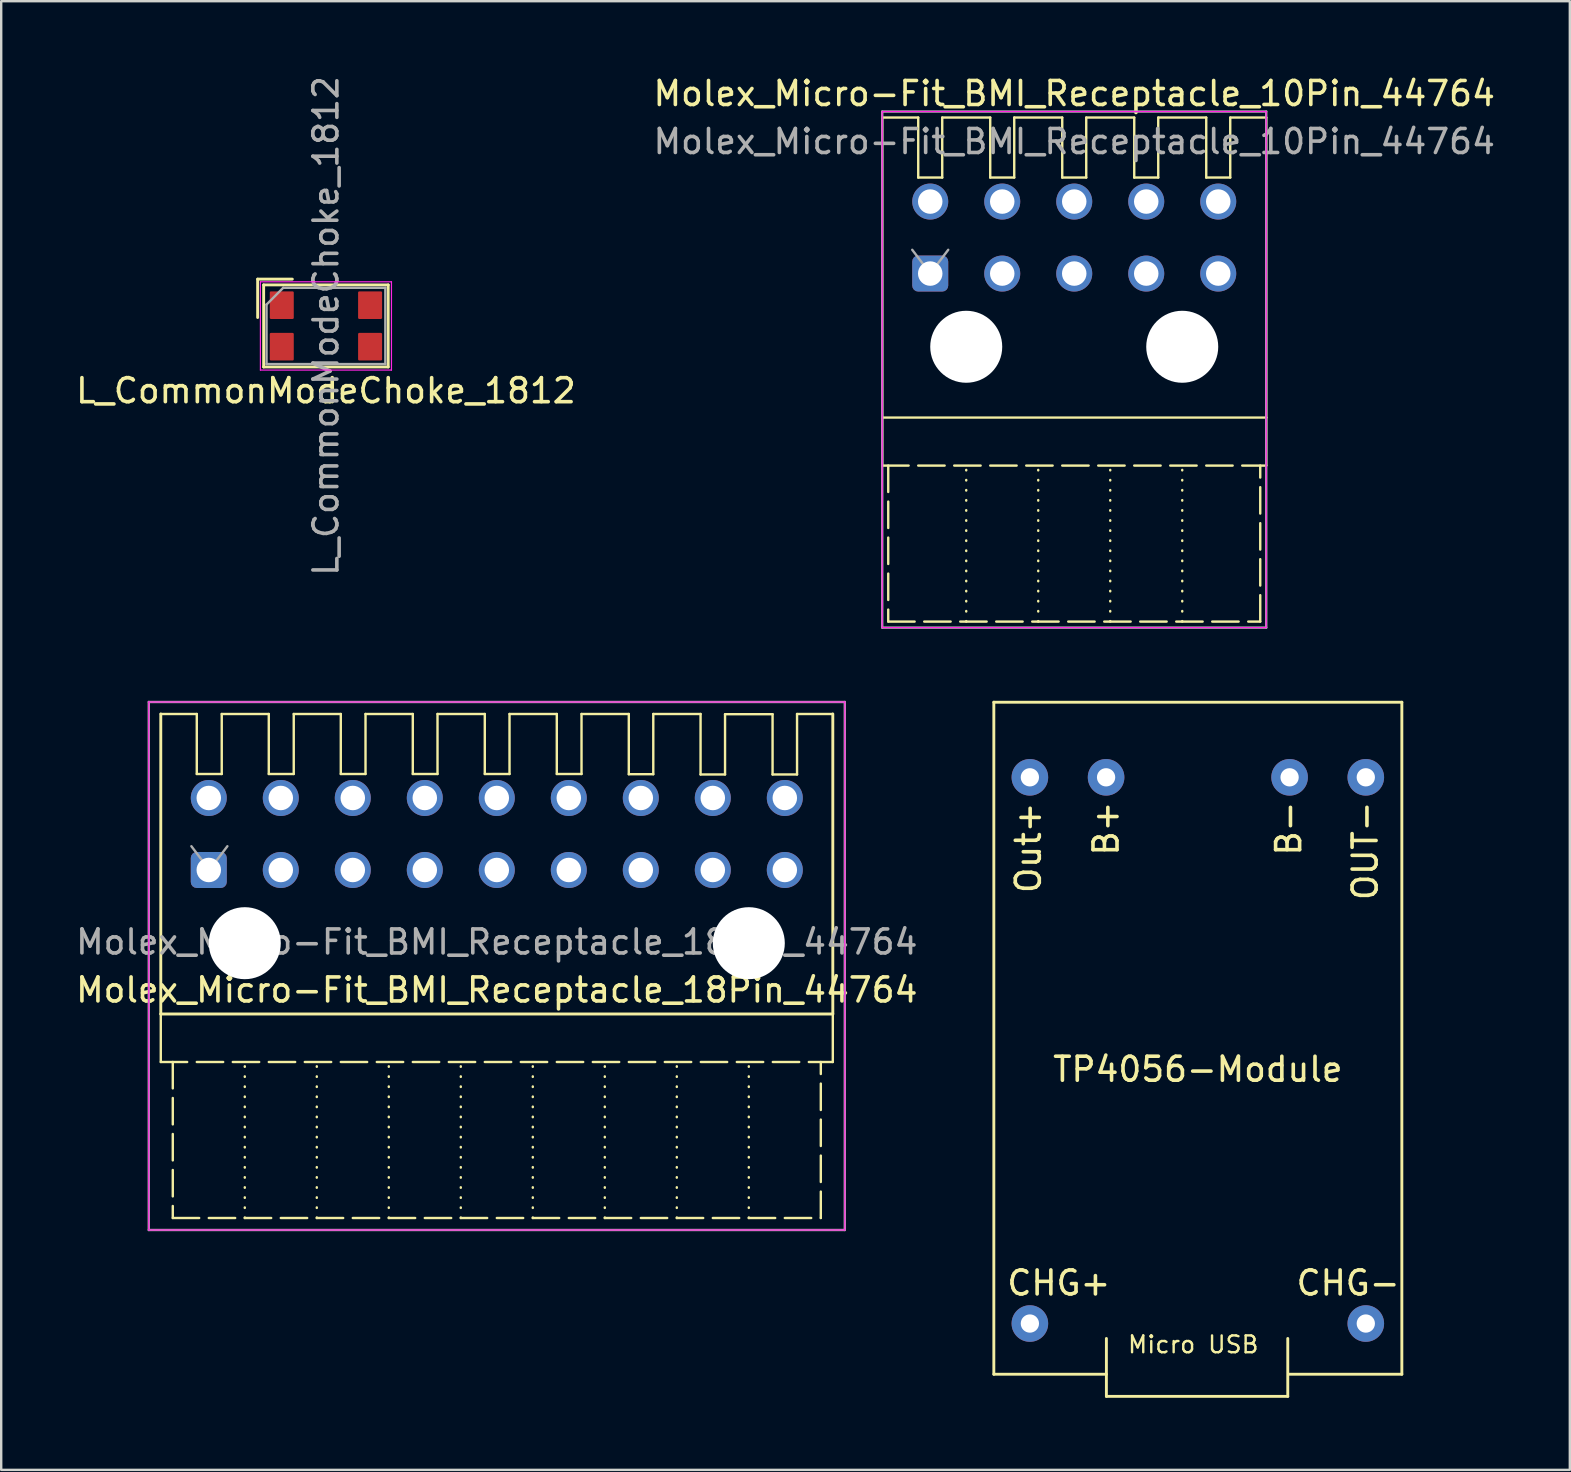
<source format=kicad_pcb>
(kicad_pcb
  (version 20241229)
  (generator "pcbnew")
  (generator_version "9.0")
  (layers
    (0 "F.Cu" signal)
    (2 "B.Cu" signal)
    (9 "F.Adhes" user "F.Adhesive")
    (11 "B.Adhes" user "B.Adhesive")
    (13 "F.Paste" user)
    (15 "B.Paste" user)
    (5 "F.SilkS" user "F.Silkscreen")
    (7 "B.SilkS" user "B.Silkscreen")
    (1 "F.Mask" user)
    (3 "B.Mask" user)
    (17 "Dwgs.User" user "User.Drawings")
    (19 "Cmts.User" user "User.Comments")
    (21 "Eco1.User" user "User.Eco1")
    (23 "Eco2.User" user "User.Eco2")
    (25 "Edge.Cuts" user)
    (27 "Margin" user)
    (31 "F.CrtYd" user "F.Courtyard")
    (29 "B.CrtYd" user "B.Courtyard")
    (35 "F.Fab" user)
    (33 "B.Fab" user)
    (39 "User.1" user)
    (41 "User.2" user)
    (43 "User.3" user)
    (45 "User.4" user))
  (footprint "Molex_Micro-Fit_BMI_Receptacle_10Pin_44764"
    (layer "F.Cu")
    (at 41.708 8.348)
    (property "Reference" "Molex_Micro-Fit_BMI_Receptacle_10Pin_44764" (at 0 -7.5 180) (layer "F.SilkS") (effects (font (size 1 1) (thickness 0.15))))
    (attr through_hole)
    (fp_line (start -8 -6.5) (end -6.5 -6.5) (stroke (width 0.1) (type default)) (layer "F.SilkS"))
    (fp_line (start -8 6) (end -8 -6.5) (stroke (width 0.1) (type solid)) (layer "F.SilkS"))
    (fp_line (start -8 8) (end -8 6) (stroke (width 0.1) (type default)) (layer "F.SilkS"))
    (fp_line (start -8 8) (end 8 8) (stroke (width 0.1) (type dash)) (layer "F.SilkS"))
    (fp_line (start -7.75 8) (end -7.75 14.5) (stroke (width 0.1) (type dash)) (layer "F.SilkS"))
    (fp_line (start -7.75 14.5) (end 7.75 14.5) (stroke (width 0.1) (type dash)) (layer "F.SilkS"))
    (fp_line (start -6.5 -6.5) (end -6.5 -4) (stroke (width 0.1) (type default)) (layer "F.SilkS"))
    (fp_line (start -6.5 -4) (end -5.5 -4) (stroke (width 0.1) (type default)) (layer "F.SilkS"))
    (fp_line (start -5.5 -6.5) (end -3.5 -6.5) (stroke (width 0.1) (type default)) (layer "F.SilkS"))
    (fp_line (start -5.5 -4) (end -5.5 -6.5) (stroke (width 0.1) (type default)) (layer "F.SilkS"))
    (fp_line (start -4.5 14.5) (end -4.5 8) (stroke (width 0.1) (type dot)) (layer "F.SilkS"))
    (fp_line (start -3.5 -6.5) (end -3.5 -4) (stroke (width 0.1) (type default)) (layer "F.SilkS"))
    (fp_line (start -3.5 -4) (end -2.5 -4) (stroke (width 0.1) (type default)) (layer "F.SilkS"))
    (fp_line (start -2.5 -6.5) (end -0.5 -6.5) (stroke (width 0.1) (type default)) (layer "F.SilkS"))
    (fp_line (start -2.5 -4) (end -2.5 -6.5) (stroke (width 0.1) (type default)) (layer "F.SilkS"))
    (fp_line (start -1.5 14.5) (end -1.5 8) (stroke (width 0.1) (type dot)) (layer "F.SilkS"))
    (fp_line (start -0.5 -6.5) (end -0.5 -4) (stroke (width 0.1) (type default)) (layer "F.SilkS"))
    (fp_line (start -0.5 -4) (end 0.5 -4) (stroke (width 0.1) (type default)) (layer "F.SilkS"))
    (fp_line (start 0.5 -6.5) (end 2.5 -6.5) (stroke (width 0.1) (type default)) (layer "F.SilkS"))
    (fp_line (start 0.5 -4) (end 0.5 -6.5) (stroke (width 0.1) (type default)) (layer "F.SilkS"))
    (fp_line (start 1.5 14.5) (end 1.5 8) (stroke (width 0.1) (type dot)) (layer "F.SilkS"))
    (fp_line (start 2.5 -6.5) (end 2.5 -4) (stroke (width 0.1) (type default)) (layer "F.SilkS"))
    (fp_line (start 2.5 -4) (end 3.5 -4) (stroke (width 0.1) (type default)) (layer "F.SilkS"))
    (fp_line (start 3.5 -6.5) (end 5.5 -6.5) (stroke (width 0.1) (type default)) (layer "F.SilkS"))
    (fp_line (start 3.5 -4) (end 3.5 -6.5) (stroke (width 0.1) (type default)) (layer "F.SilkS"))
    (fp_line (start 4.5 14.5) (end 4.5 8) (stroke (width 0.1) (type dot)) (layer "F.SilkS"))
    (fp_line (start 5.5 -6.5) (end 5.5 -4) (stroke (width 0.1) (type default)) (layer "F.SilkS"))
    (fp_line (start 5.5 -4) (end 6.5 -4) (stroke (width 0.1) (type default)) (layer "F.SilkS"))
    (fp_line (start 6.5 -6.5) (end 8 -6.5) (stroke (width 0.1) (type default)) (layer "F.SilkS"))
    (fp_line (start 6.5 -4) (end 6.5 -6.5) (stroke (width 0.1) (type default)) (layer "F.SilkS"))
    (fp_line (start 7.75 14.5) (end 7.75 8) (stroke (width 0.1) (type dash)) (layer "F.SilkS"))
    (fp_line (start 8 -6.5) (end 8 6) (stroke (width 0.1) (type solid)) (layer "F.SilkS"))
    (fp_line (start 8 6) (end -8 6) (stroke (width 0.1) (type solid)) (layer "F.SilkS"))
    (fp_line (start 8 6) (end 8 8) (stroke (width 0.1) (type default)) (layer "F.SilkS"))
    (fp_line (start -8 -6.75) (end 8 -6.75) (stroke (width 0.05) (type solid)) (layer "F.CrtYd"))
    (fp_line (start -8 14.75) (end -8 -6.75) (stroke (width 0.05) (type solid)) (layer "F.CrtYd"))
    (fp_line (start 8 -6.75) (end 8 14.75) (stroke (width 0.05) (type solid)) (layer "F.CrtYd"))
    (fp_line (start 8 14.75) (end -8 14.75) (stroke (width 0.05) (type solid)) (layer "F.CrtYd"))
    (fp_line (start -8 -6.75) (end 8 -6.75) (stroke (width 0.1) (type solid)) (layer "F.Fab"))
    (fp_line (start -8 14.75) (end -8 -6.75) (stroke (width 0.1) (type solid)) (layer "F.Fab"))
    (fp_line (start -6 0) (end -6.75 -0.99) (stroke (width 0.1) (type solid)) (layer "F.Fab"))
    (fp_line (start -5.25 -0.99) (end -6 0) (stroke (width 0.1) (type solid)) (layer "F.Fab"))
    (fp_line (start 8 -6.75) (end 8 14.75) (stroke (width 0.1) (type solid)) (layer "F.Fab"))
    (fp_line (start 8 14.75) (end -8 14.75) (stroke (width 0.1) (type solid)) (layer "F.Fab"))
    (fp_text user "${REFERENCE}" (at 0 -5.5 180) (layer "F.Fab") (effects (font (size 1 1) (thickness 0.15))))
    (pad "" np_thru_hole circle (at -4.5 3.05 180) (size 3 3) (drill 3) (layers "*.Cu" "*.Mask"))
    (pad "" np_thru_hole circle (at 4.5 3.05 180) (size 3 3) (drill 3) (layers "*.Cu" "*.Mask"))
    (pad "1" thru_hole roundrect (at -6 0 180) (size 1.5 1.5) (drill 1.02) (layers "*.Cu" "*.Mask") (roundrect_rratio 0.167))
    (pad "2" thru_hole circle (at -3 0 180) (size 1.5 1.5) (drill 1.02) (layers "*.Cu" "*.Mask"))
    (pad "3" thru_hole circle (at 0 0 180) (size 1.5 1.5) (drill 1.02) (layers "*.Cu" "*.Mask"))
    (pad "4" thru_hole circle (at 3 0 180) (size 1.5 1.5) (drill 1.02) (layers "*.Cu" "*.Mask"))
    (pad "5" thru_hole circle (at 6 0 180) (size 1.5 1.5) (drill 1.02) (layers "*.Cu" "*.Mask"))
    (pad "6" thru_hole circle (at -6 -3 180) (size 1.5 1.5) (drill 1.02) (layers "*.Cu" "*.Mask"))
    (pad "7" thru_hole circle (at -3 -3 180) (size 1.5 1.5) (drill 1.02) (layers "*.Cu" "*.Mask"))
    (pad "8" thru_hole circle (at 0 -3 180) (size 1.5 1.5) (drill 1.02) (layers "*.Cu" "*.Mask"))
    (pad "9" thru_hole circle (at 3 -3 180) (size 1.5 1.5) (drill 1.02) (layers "*.Cu" "*.Mask"))
    (pad "10" thru_hole circle (at 6 -3 180) (size 1.5 1.5) (drill 1.02) (layers "*.Cu" "*.Mask")))
  (footprint "Molex_Micro-Fit_BMI_Receptacle_18Pin_44764"
    (layer "F.Cu")
    (at 17.649 33.198)
    (property "Reference" "Molex_Micro-Fit_BMI_Receptacle_18Pin_44764" (at 0 5 180) (layer "F.SilkS") (effects (font (size 1 1) (thickness 0.15))))
    (attr through_hole)
    (fp_line (start -14 -6.5) (end -12.5 -6.5) (stroke (width 0.1) (type default)) (layer "F.SilkS"))
    (fp_line (start -14 6) (end -14 -6.5) (stroke (width 0.12) (type solid)) (layer "F.SilkS"))
    (fp_line (start -14 8) (end -14 6) (stroke (width 0.1) (type default)) (layer "F.SilkS"))
    (fp_line (start -14 8) (end 14 8) (stroke (width 0.1) (type dash)) (layer "F.SilkS"))
    (fp_line (start -13.5 8) (end -13.5 14.5) (stroke (width 0.1) (type dash)) (layer "F.SilkS"))
    (fp_line (start -13.5 14.5) (end 13.5 14.5) (stroke (width 0.1) (type dash)) (layer "F.SilkS"))
    (fp_line (start -12.5 -6.5) (end -12.5 -4) (stroke (width 0.1) (type default)) (layer "F.SilkS"))
    (fp_line (start -12.5 -4) (end -11.46 -4) (stroke (width 0.1) (type default)) (layer "F.SilkS"))
    (fp_line (start -11.46 -6.5) (end -9.5 -6.5) (stroke (width 0.1) (type default)) (layer "F.SilkS"))
    (fp_line (start -11.46 -4) (end -11.46 -6.5) (stroke (width 0.1) (type default)) (layer "F.SilkS"))
    (fp_line (start -10.5 14.5) (end -10.5 8) (stroke (width 0.1) (type dot)) (layer "F.SilkS"))
    (fp_line (start -9.5 -6.5) (end -9.5 -4) (stroke (width 0.1) (type default)) (layer "F.SilkS"))
    (fp_line (start -9.5 -4) (end -8.46 -4) (stroke (width 0.1) (type default)) (layer "F.SilkS"))
    (fp_line (start -8.46 -6.5) (end -6.5 -6.5) (stroke (width 0.1) (type default)) (layer "F.SilkS"))
    (fp_line (start -8.46 -4) (end -8.46 -6.5) (stroke (width 0.1) (type default)) (layer "F.SilkS"))
    (fp_line (start -7.5 14.5) (end -7.5 8) (stroke (width 0.1) (type dot)) (layer "F.SilkS"))
    (fp_line (start -6.5 -6.5) (end -6.5 -4) (stroke (width 0.1) (type default)) (layer "F.SilkS"))
    (fp_line (start -6.5 -4) (end -5.47 -4) (stroke (width 0.1) (type default)) (layer "F.SilkS"))
    (fp_line (start -5.47 -6.5) (end -3.5 -6.5) (stroke (width 0.1) (type default)) (layer "F.SilkS"))
    (fp_line (start -5.47 -4) (end -5.47 -6.5) (stroke (width 0.1) (type default)) (layer "F.SilkS"))
    (fp_line (start -4.5 14.5) (end -4.5 8) (stroke (width 0.1) (type dot)) (layer "F.SilkS"))
    (fp_line (start -3.5 -6.5) (end -3.5 -4) (stroke (width 0.1) (type default)) (layer "F.SilkS"))
    (fp_line (start -3.5 -4) (end -2.47 -4) (stroke (width 0.1) (type default)) (layer "F.SilkS"))
    (fp_line (start -2.47 -6.5) (end -0.5 -6.5) (stroke (width 0.1) (type default)) (layer "F.SilkS"))
    (fp_line (start -2.47 -4) (end -2.47 -6.5) (stroke (width 0.1) (type default)) (layer "F.SilkS"))
    (fp_line (start -1.5 14.5) (end -1.5 8) (stroke (width 0.1) (type dot)) (layer "F.SilkS"))
    (fp_line (start -0.5 -6.5) (end -0.5 -4) (stroke (width 0.1) (type default)) (layer "F.SilkS"))
    (fp_line (start -0.5 -4) (end 0.53 -4) (stroke (width 0.1) (type default)) (layer "F.SilkS"))
    (fp_line (start 0.53 -6.5) (end 2.5 -6.5) (stroke (width 0.1) (type default)) (layer "F.SilkS"))
    (fp_line (start 0.53 -4) (end 0.53 -6.5) (stroke (width 0.1) (type default)) (layer "F.SilkS"))
    (fp_line (start 1.5 14.5) (end 1.5 8) (stroke (width 0.1) (type dot)) (layer "F.SilkS"))
    (fp_line (start 2.5 -6.5) (end 2.5 -4) (stroke (width 0.1) (type default)) (layer "F.SilkS"))
    (fp_line (start 2.5 -4) (end 3.53 -4) (stroke (width 0.1) (type default)) (layer "F.SilkS"))
    (fp_line (start 3.53 -6.5) (end 5.5 -6.5) (stroke (width 0.1) (type default)) (layer "F.SilkS"))
    (fp_line (start 3.53 -4) (end 3.53 -6.5) (stroke (width 0.1) (type default)) (layer "F.SilkS"))
    (fp_line (start 4.5 14.5) (end 4.5 8) (stroke (width 0.1) (type dot)) (layer "F.SilkS"))
    (fp_line (start 5.5 -6.5) (end 5.5 -3.99) (stroke (width 0.1) (type default)) (layer "F.SilkS"))
    (fp_line (start 5.5 -3.99) (end 6.52 -3.99) (stroke (width 0.1) (type default)) (layer "F.SilkS"))
    (fp_line (start 6.52 -6.5) (end 8.49 -6.5) (stroke (width 0.1) (type default)) (layer "F.SilkS"))
    (fp_line (start 6.52 -3.99) (end 6.52 -6.5) (stroke (width 0.1) (type default)) (layer "F.SilkS"))
    (fp_line (start 7.5 14.5) (end 7.5 8) (stroke (width 0.1) (type dot)) (layer "F.SilkS"))
    (fp_line (start 8.49 -6.5) (end 8.49 -3.98) (stroke (width 0.1) (type default)) (layer "F.SilkS"))
    (fp_line (start 8.49 -3.98) (end 9.51 -3.98) (stroke (width 0.1) (type default)) (layer "F.SilkS"))
    (fp_line (start 9.51 -6.49) (end 11.49 -6.49) (stroke (width 0.1) (type default)) (layer "F.SilkS"))
    (fp_line (start 9.51 -3.98) (end 9.51 -6.49) (stroke (width 0.1) (type default)) (layer "F.SilkS"))
    (fp_line (start 10.5 14.5) (end 10.5 8) (stroke (width 0.1) (type dot)) (layer "F.SilkS"))
    (fp_line (start 11.49 -6.49) (end 11.49 -3.98) (stroke (width 0.1) (type default)) (layer "F.SilkS"))
    (fp_line (start 11.49 -3.98) (end 12.51 -3.98) (stroke (width 0.1) (type default)) (layer "F.SilkS"))
    (fp_line (start 12.51 -6.5) (end 14 -6.5) (stroke (width 0.1) (type default)) (layer "F.SilkS"))
    (fp_line (start 12.51 -3.98) (end 12.51 -6.5) (stroke (width 0.1) (type default)) (layer "F.SilkS"))
    (fp_line (start 13.5 14.5) (end 13.5 8) (stroke (width 0.1) (type dash)) (layer "F.SilkS"))
    (fp_line (start 14 -6.5) (end 14 6) (stroke (width 0.12) (type solid)) (layer "F.SilkS"))
    (fp_line (start 14 6) (end -14 6) (stroke (width 0.12) (type solid)) (layer "F.SilkS"))
    (fp_line (start 14 6) (end 14 8) (stroke (width 0.1) (type default)) (layer "F.SilkS"))
    (fp_line (start -14.5 -7) (end 14.5 -7) (stroke (width 0.05) (type solid)) (layer "F.CrtYd"))
    (fp_line (start -14.5 15) (end -14.5 -7) (stroke (width 0.05) (type solid)) (layer "F.CrtYd"))
    (fp_line (start 14.5 -7) (end 14.5 15) (stroke (width 0.05) (type solid)) (layer "F.CrtYd"))
    (fp_line (start 14.5 15) (end -14.5 15) (stroke (width 0.05) (type solid)) (layer "F.CrtYd"))
    (fp_line (start -14.5 -7) (end 14.5 -7) (stroke (width 0.1) (type solid)) (layer "F.Fab"))
    (fp_line (start -14.5 15) (end -14.5 -7) (stroke (width 0.1) (type solid)) (layer "F.Fab"))
    (fp_line (start -11.975 0) (end -12.725 -0.99) (stroke (width 0.1) (type solid)) (layer "F.Fab"))
    (fp_line (start -11.225 -0.99) (end -11.975 0) (stroke (width 0.1) (type solid)) (layer "F.Fab"))
    (fp_line (start 14.5 -7) (end 14.5 15) (stroke (width 0.1) (type solid)) (layer "F.Fab"))
    (fp_line (start 14.5 15) (end -14.5 15) (stroke (width 0.1) (type solid)) (layer "F.Fab"))
    (fp_text user "${REFERENCE}" (at 0 3 180) (layer "F.Fab") (effects (font (size 1 1) (thickness 0.15))))
    (pad "" np_thru_hole circle (at -10.5 3.05 180) (size 3 3) (drill 3) (layers "*.Cu" "*.Mask"))
    (pad "" np_thru_hole circle (at 10.5 3.05 180) (size 3 3) (drill 3) (layers "*.Cu" "*.Mask"))
    (pad "1" thru_hole roundrect (at -12 0 180) (size 1.5 1.5) (drill 1.02) (layers "*.Cu" "*.Mask") (roundrect_rratio 0.167))
    (pad "2" thru_hole circle (at -9 0 180) (size 1.5 1.5) (drill 1.02) (layers "*.Cu" "*.Mask"))
    (pad "3" thru_hole circle (at -6 0 180) (size 1.5 1.5) (drill 1.02) (layers "*.Cu" "*.Mask"))
    (pad "4" thru_hole circle (at -3 0 180) (size 1.5 1.5) (drill 1.02) (layers "*.Cu" "*.Mask"))
    (pad "5" thru_hole circle (at 0 0 180) (size 1.5 1.5) (drill 1.02) (layers "*.Cu" "*.Mask"))
    (pad "6" thru_hole circle (at 3 0 180) (size 1.5 1.5) (drill 1.02) (layers "*.Cu" "*.Mask"))
    (pad "7" thru_hole circle (at 6 0 180) (size 1.5 1.5) (drill 1.02) (layers "*.Cu" "*.Mask"))
    (pad "8" thru_hole circle (at 9 0 180) (size 1.5 1.5) (drill 1.02) (layers "*.Cu" "*.Mask"))
    (pad "9" thru_hole circle (at 12 0 180) (size 1.5 1.5) (drill 1.02) (layers "*.Cu" "*.Mask"))
    (pad "10" thru_hole circle (at -12 -3 180) (size 1.5 1.5) (drill 1.02) (layers "*.Cu" "*.Mask"))
    (pad "11" thru_hole circle (at -9 -3 180) (size 1.5 1.5) (drill 1.02) (layers "*.Cu" "*.Mask"))
    (pad "12" thru_hole circle (at -6 -3 180) (size 1.5 1.5) (drill 1.02) (layers "*.Cu" "*.Mask"))
    (pad "13" thru_hole circle (at -3 -3 180) (size 1.5 1.5) (drill 1.02) (layers "*.Cu" "*.Mask"))
    (pad "14" thru_hole circle (at 0 -3 180) (size 1.5 1.5) (drill 1.02) (layers "*.Cu" "*.Mask"))
    (pad "15" thru_hole circle (at 3 -3 180) (size 1.5 1.5) (drill 1.02) (layers "*.Cu" "*.Mask"))
    (pad "16" thru_hole circle (at 6 -3 180) (size 1.5 1.5) (drill 1.02) (layers "*.Cu" "*.Mask"))
    (pad "17" thru_hole circle (at 9 -3 180) (size 1.5 1.5) (drill 1.02) (layers "*.Cu" "*.Mask"))
    (pad "18" thru_hole circle (at 12 -3 180) (size 1.5 1.5) (drill 1.02) (layers "*.Cu" "*.Mask")))
  (footprint "TP4056-Module"
    (layer "F.Cu")
    (at 46.858 40.208)
    (property "Reference" "TP4056-Module" (at 0 1.295 0) (layer "F.SilkS") (effects (font (size 1 1) (thickness 0.15))))
    (attr through_hole)
    (fp_line (start -8.5 -14) (end -8.5 14) (stroke (width 0.12) (type solid)) (layer "F.SilkS"))
    (fp_line (start -8.5 14) (end -3.81 14) (stroke (width 0.12) (type solid)) (layer "F.SilkS"))
    (fp_line (start -3.81 14.922) (end -3.81 12.509) (stroke (width 0.12) (type solid)) (layer "F.SilkS"))
    (fp_line (start -3.81 14.922) (end 3.747 14.922) (stroke (width 0.12) (type solid)) (layer "F.SilkS"))
    (fp_line (start 3.747 14.922) (end 3.747 12.509) (stroke (width 0.12) (type solid)) (layer "F.SilkS"))
    (fp_line (start 3.81 14) (end 8.5 14) (stroke (width 0.12) (type solid)) (layer "F.SilkS"))
    (fp_line (start 8.5 -14) (end -8.5 -14) (stroke (width 0.12) (type solid)) (layer "F.SilkS"))
    (fp_line (start 8.5 14) (end 8.5 -14) (stroke (width 0.12) (type solid)) (layer "F.SilkS"))
    (fp_text user "Out+" (at -7.061 -7.938 90) (layer "F.SilkS") (effects (font (size 1 1) (thickness 0.15))))
    (fp_text user "B+" (at -3.823 -8.738 90) (layer "F.SilkS") (effects (font (size 1 1) (thickness 0.15))))
    (fp_text user "B-" (at 3.785 -8.738 90) (layer "F.SilkS") (effects (font (size 1 1) (thickness 0.15))))
    (fp_text user "OUT-" (at 6.972 -7.811 90) (layer "F.SilkS") (effects (font (size 1 1) (thickness 0.15))))
    (fp_text user "Micro USB" (at -0.191 12.764 0) (layer "F.SilkS") (effects (font (size 0.7 0.7) (thickness 0.1))))
    (fp_text user "CHG+" (at -5.791 10.198 0) (layer "F.SilkS") (effects (font (size 1 1) (thickness 0.15))))
    (fp_text user "CHG-" (at 6.261 10.198 0) (layer "F.SilkS") (effects (font (size 1 1) (thickness 0.15))))
    (pad "1" thru_hole circle (at -6.998 11.887) (size 1.524 1.524) (drill 0.762) (layers "*.Cu" "*.Mask"))
    (pad "2" thru_hole circle (at 6.998 11.887) (size 1.524 1.524) (drill 0.762) (layers "*.Cu" "*.Mask"))
    (pad "3" thru_hole circle (at -6.998 -10.871) (size 1.524 1.524) (drill 0.762) (layers "*.Cu" "*.Mask"))
    (pad "4" thru_hole circle (at 6.998 -10.871) (size 1.524 1.524) (drill 0.762) (layers "*.Cu" "*.Mask"))
    (pad "5" thru_hole circle (at -3.823 -10.871) (size 1.524 1.524) (drill 0.762) (layers "*.Cu" "*.Mask"))
    (pad "6" thru_hole circle (at 3.823 -10.871) (size 1.524 1.524) (drill 0.762) (layers "*.Cu" "*.Mask")))
  (footprint "L_CommonModeChoke_1812"
    (layer "F.Cu")
    (at 10.53 10.53)
    (property "Reference" "L_CommonModeChoke_1812" (at 0 2.7 0) (layer "F.SilkS") (effects (font (size 1 1) (thickness 0.15))))
    (attr smd)
    (fp_line (start -2.845 -1.95) (end -2.845 -0.35) (stroke (width 0.12) (type solid)) (layer "F.SilkS"))
    (fp_line (start -2.845 -1.95) (end -1.4 -1.95) (stroke (width 0.12) (type solid)) (layer "F.SilkS"))
    (fp_line (start -2.595 -1.71) (end -2.595 1.71) (stroke (width 0.12) (type solid)) (layer "F.SilkS"))
    (fp_line (start -2.595 -1.71) (end 2.595 -1.71) (stroke (width 0.12) (type solid)) (layer "F.SilkS"))
    (fp_line (start -2.595 1.71) (end 2.595 1.71) (stroke (width 0.12) (type solid)) (layer "F.SilkS"))
    (fp_line (start 2.595 -1.71) (end 2.595 1.71) (stroke (width 0.12) (type solid)) (layer "F.SilkS"))
    (fp_line (start -2.73 -1.84) (end -2.73 1.84) (stroke (width 0.05) (type solid)) (layer "F.CrtYd"))
    (fp_line (start 2.73 -1.84) (end -2.73 -1.84) (stroke (width 0.05) (type solid)) (layer "F.CrtYd"))
    (fp_line (start 2.73 -1.84) (end 2.73 1.84) (stroke (width 0.05) (type solid)) (layer "F.CrtYd"))
    (fp_line (start 2.73 1.84) (end -2.73 1.84) (stroke (width 0.05) (type solid)) (layer "F.CrtYd"))
    (fp_line (start -2.475 -0.89) (end -2.475 1.59) (stroke (width 0.1) (type solid)) (layer "F.Fab"))
    (fp_line (start -2.475 1.59) (end 2.475 1.59) (stroke (width 0.1) (type solid)) (layer "F.Fab"))
    (fp_line (start -1.78 -1.59) (end -2.475 -0.89) (stroke (width 0.1) (type solid)) (layer "F.Fab"))
    (fp_line (start -1.78 -1.59) (end 2.475 -1.59) (stroke (width 0.1) (type solid)) (layer "F.Fab"))
    (fp_line (start 2.475 -1.59) (end 2.475 1.59) (stroke (width 0.1) (type solid)) (layer "F.Fab"))
    (fp_text user "${REFERENCE}" (at 0 0 90) (layer "F.Fab") (effects (font (size 1 1) (thickness 0.15))))
    (pad "1" smd roundrect (at -1.84 -0.865 90) (size 1.15 1) (layers "F.Cu" "F.Mask" "F.Paste") (roundrect_rratio 0.05))
    (pad "2" smd roundrect (at -1.84 0.865 90) (size 1.15 1) (layers "F.Cu" "F.Mask" "F.Paste") (roundrect_rratio 0.05))
    (pad "3" smd roundrect (at 1.84 0.865 90) (size 1.15 1) (layers "F.Cu" "F.Mask" "F.Paste") (roundrect_rratio 0.05))
    (pad "4" smd roundrect (at 1.84 -0.865 90) (size 1.15 1) (layers "F.Cu" "F.Mask" "F.Paste") (roundrect_rratio 0.05)))
  (gr_rect
    (start -3 -3)
    (end 62.357 58.191)
    (stroke (width 0.1) (type default))
    (fill no)
    (layer "Edge.Cuts")))
</source>
